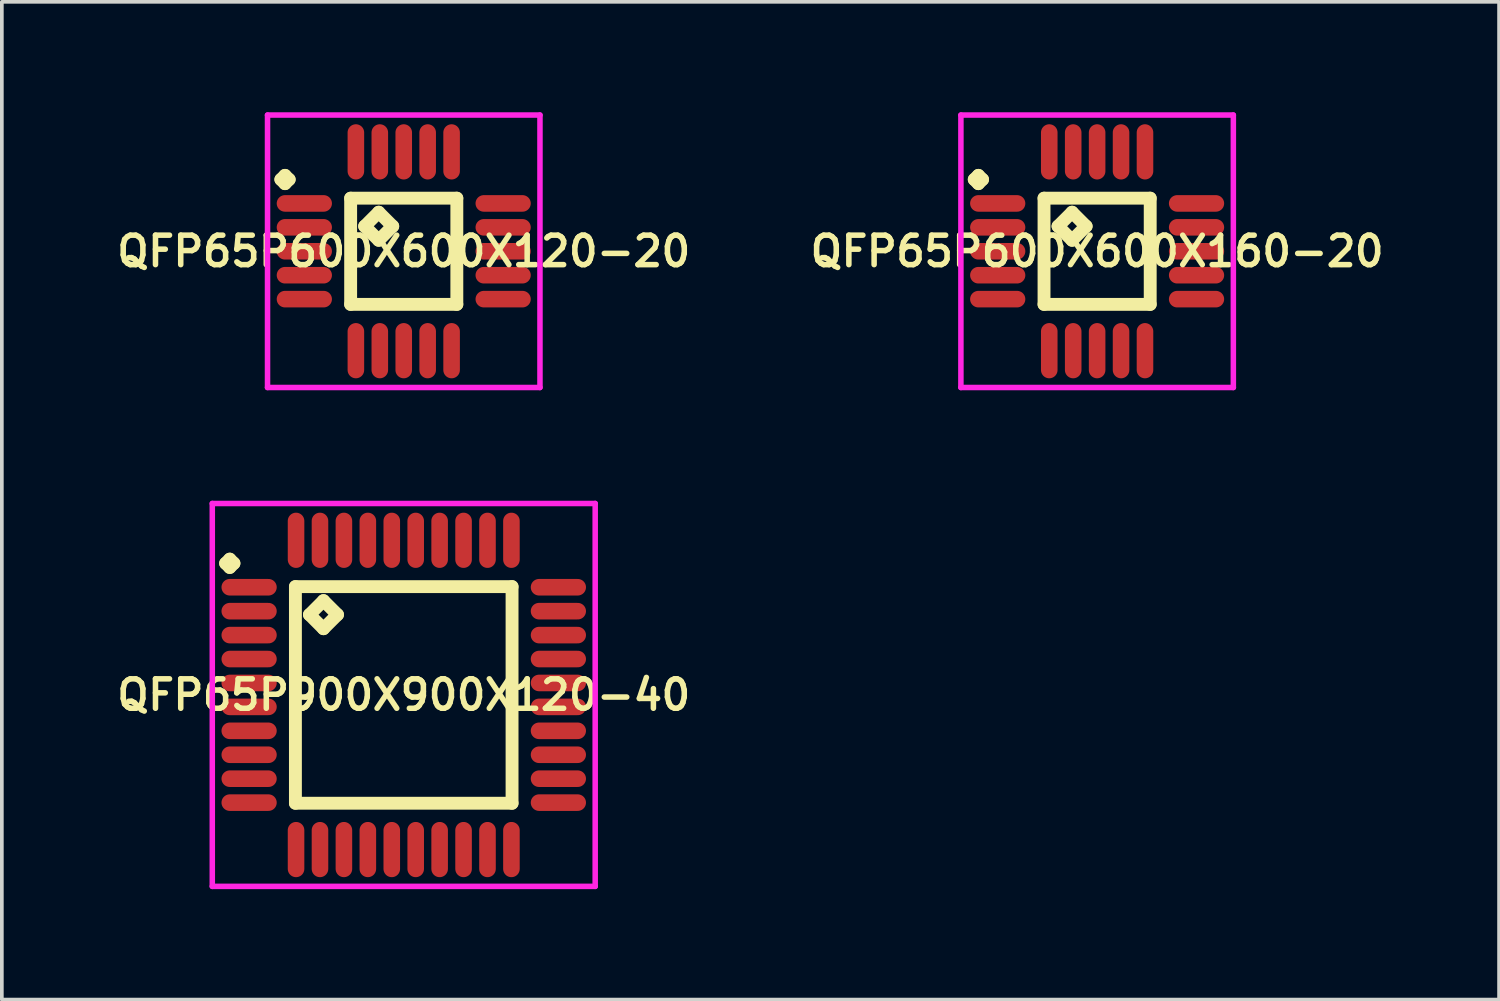
<source format=kicad_pcb>
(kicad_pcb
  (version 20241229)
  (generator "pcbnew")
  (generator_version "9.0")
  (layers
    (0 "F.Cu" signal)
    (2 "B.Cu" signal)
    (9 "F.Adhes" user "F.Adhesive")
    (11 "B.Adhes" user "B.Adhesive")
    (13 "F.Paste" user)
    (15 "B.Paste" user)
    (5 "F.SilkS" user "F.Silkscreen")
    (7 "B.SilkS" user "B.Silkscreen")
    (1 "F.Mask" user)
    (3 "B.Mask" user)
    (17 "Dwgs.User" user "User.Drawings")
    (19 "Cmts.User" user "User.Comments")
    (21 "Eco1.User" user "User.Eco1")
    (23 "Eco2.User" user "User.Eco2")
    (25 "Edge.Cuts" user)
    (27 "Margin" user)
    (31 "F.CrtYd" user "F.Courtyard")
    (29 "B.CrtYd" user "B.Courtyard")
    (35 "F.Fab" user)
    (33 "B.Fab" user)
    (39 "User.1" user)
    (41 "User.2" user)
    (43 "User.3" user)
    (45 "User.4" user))
  (footprint "QFP65P600X600X160-20"
    (layer "F.Cu")
    (at 26.749 3.775)
    (property "Reference" "QFP65P600X600X160-20" (at 0 0 0) (layer "F.SilkS") (effects (font (size 0.8 0.8) (thickness 0.15))))
    (attr smd)
    (fp_line (start -3.337 -1.95) (end -3.225 -2.062) (stroke (width 0.35) (type solid)) (layer "F.SilkS"))
    (fp_line (start -3.225 -2.062) (end -3.112 -1.95) (stroke (width 0.35) (type solid)) (layer "F.SilkS"))
    (fp_line (start -3.225 -1.837) (end -3.337 -1.95) (stroke (width 0.35) (type solid)) (layer "F.SilkS"))
    (fp_line (start -3.112 -1.95) (end -3.225 -1.837) (stroke (width 0.35) (type solid)) (layer "F.SilkS"))
    (fp_line (start -1.442 -1.442) (end -1.442 1.442) (stroke (width 0.35) (type solid)) (layer "F.SilkS"))
    (fp_line (start -1.442 1.442) (end 1.442 1.442) (stroke (width 0.35) (type solid)) (layer "F.SilkS"))
    (fp_line (start -1.061 -0.68) (end -0.68 -1.061) (stroke (width 0.35) (type solid)) (layer "F.SilkS"))
    (fp_line (start -0.68 -1.061) (end -0.299 -0.68) (stroke (width 0.35) (type solid)) (layer "F.SilkS"))
    (fp_line (start -0.68 -0.299) (end -1.061 -0.68) (stroke (width 0.35) (type solid)) (layer "F.SilkS"))
    (fp_line (start -0.299 -0.68) (end -0.68 -0.299) (stroke (width 0.35) (type solid)) (layer "F.SilkS"))
    (fp_line (start 1.442 -1.442) (end -1.442 -1.442) (stroke (width 0.35) (type solid)) (layer "F.SilkS"))
    (fp_line (start 1.442 1.442) (end 1.442 -1.442) (stroke (width 0.35) (type solid)) (layer "F.SilkS"))
    (fp_line (start -3.7 -3.7) (end 3.7 -3.7) (stroke (width 0.15) (type solid)) (layer "F.CrtYd"))
    (fp_line (start -3.7 3.7) (end -3.7 -3.7) (stroke (width 0.15) (type solid)) (layer "F.CrtYd"))
    (fp_line (start 3.7 -3.7) (end 3.7 3.7) (stroke (width 0.15) (type solid)) (layer "F.CrtYd"))
    (fp_line (start 3.7 3.7) (end -3.7 3.7) (stroke (width 0.15) (type solid)) (layer "F.CrtYd"))
    (pad "1" smd oval (at -2.7 -1.3) (size 1.5 0.45) (layers "F.Cu" "F.Mask" "F.Paste"))
    (pad "2" smd oval (at -2.7 -0.65) (size 1.5 0.45) (layers "F.Cu" "F.Mask" "F.Paste"))
    (pad "3" smd oval (at -2.7 0) (size 1.5 0.45) (layers "F.Cu" "F.Mask" "F.Paste"))
    (pad "4" smd oval (at -2.7 0.65) (size 1.5 0.45) (layers "F.Cu" "F.Mask" "F.Paste"))
    (pad "5" smd oval (at -2.7 1.3) (size 1.5 0.45) (layers "F.Cu" "F.Mask" "F.Paste"))
    (pad "6" smd oval (at -1.3 2.7) (size 0.45 1.5) (layers "F.Cu" "F.Mask" "F.Paste"))
    (pad "7" smd oval (at -0.65 2.7) (size 0.45 1.5) (layers "F.Cu" "F.Mask" "F.Paste"))
    (pad "8" smd oval (at 0 2.7) (size 0.45 1.5) (layers "F.Cu" "F.Mask" "F.Paste"))
    (pad "9" smd oval (at 0.65 2.7) (size 0.45 1.5) (layers "F.Cu" "F.Mask" "F.Paste"))
    (pad "10" smd oval (at 1.3 2.7) (size 0.45 1.5) (layers "F.Cu" "F.Mask" "F.Paste"))
    (pad "11" smd oval (at 2.7 1.3) (size 1.5 0.45) (layers "F.Cu" "F.Mask" "F.Paste"))
    (pad "12" smd oval (at 2.7 0.65) (size 1.5 0.45) (layers "F.Cu" "F.Mask" "F.Paste"))
    (pad "13" smd oval (at 2.7 0) (size 1.5 0.45) (layers "F.Cu" "F.Mask" "F.Paste"))
    (pad "14" smd oval (at 2.7 -0.65) (size 1.5 0.45) (layers "F.Cu" "F.Mask" "F.Paste"))
    (pad "15" smd oval (at 2.7 -1.3) (size 1.5 0.45) (layers "F.Cu" "F.Mask" "F.Paste"))
    (pad "16" smd oval (at 1.3 -2.7) (size 0.45 1.5) (layers "F.Cu" "F.Mask" "F.Paste"))
    (pad "17" smd oval (at 0.65 -2.7) (size 0.45 1.5) (layers "F.Cu" "F.Mask" "F.Paste"))
    (pad "18" smd oval (at 0 -2.7) (size 0.45 1.5) (layers "F.Cu" "F.Mask" "F.Paste"))
    (pad "19" smd oval (at -0.65 -2.7) (size 0.45 1.5) (layers "F.Cu" "F.Mask" "F.Paste"))
    (pad "20" smd oval (at -1.3 -2.7) (size 0.45 1.5) (layers "F.Cu" "F.Mask" "F.Paste")))
  (footprint "QFP65P600X600X120-20"
    (layer "F.Cu")
    (at 7.916 3.775)
    (property "Reference" "QFP65P600X600X120-20" (at 0 0 0) (layer "F.SilkS") (effects (font (size 0.8 0.8) (thickness 0.15))))
    (attr smd)
    (fp_line (start -3.337 -1.95) (end -3.225 -2.062) (stroke (width 0.35) (type solid)) (layer "F.SilkS"))
    (fp_line (start -3.225 -2.062) (end -3.112 -1.95) (stroke (width 0.35) (type solid)) (layer "F.SilkS"))
    (fp_line (start -3.225 -1.837) (end -3.337 -1.95) (stroke (width 0.35) (type solid)) (layer "F.SilkS"))
    (fp_line (start -3.112 -1.95) (end -3.225 -1.837) (stroke (width 0.35) (type solid)) (layer "F.SilkS"))
    (fp_line (start -1.442 -1.442) (end -1.442 1.442) (stroke (width 0.35) (type solid)) (layer "F.SilkS"))
    (fp_line (start -1.442 1.442) (end 1.442 1.442) (stroke (width 0.35) (type solid)) (layer "F.SilkS"))
    (fp_line (start -1.061 -0.68) (end -0.68 -1.061) (stroke (width 0.35) (type solid)) (layer "F.SilkS"))
    (fp_line (start -0.68 -1.061) (end -0.299 -0.68) (stroke (width 0.35) (type solid)) (layer "F.SilkS"))
    (fp_line (start -0.68 -0.299) (end -1.061 -0.68) (stroke (width 0.35) (type solid)) (layer "F.SilkS"))
    (fp_line (start -0.299 -0.68) (end -0.68 -0.299) (stroke (width 0.35) (type solid)) (layer "F.SilkS"))
    (fp_line (start 1.442 -1.442) (end -1.442 -1.442) (stroke (width 0.35) (type solid)) (layer "F.SilkS"))
    (fp_line (start 1.442 1.442) (end 1.442 -1.442) (stroke (width 0.35) (type solid)) (layer "F.SilkS"))
    (fp_line (start -3.7 -3.7) (end 3.7 -3.7) (stroke (width 0.15) (type solid)) (layer "F.CrtYd"))
    (fp_line (start -3.7 3.7) (end -3.7 -3.7) (stroke (width 0.15) (type solid)) (layer "F.CrtYd"))
    (fp_line (start 3.7 -3.7) (end 3.7 3.7) (stroke (width 0.15) (type solid)) (layer "F.CrtYd"))
    (fp_line (start 3.7 3.7) (end -3.7 3.7) (stroke (width 0.15) (type solid)) (layer "F.CrtYd"))
    (pad "1" smd oval (at -2.7 -1.3) (size 1.5 0.45) (layers "F.Cu" "F.Mask" "F.Paste"))
    (pad "2" smd oval (at -2.7 -0.65) (size 1.5 0.45) (layers "F.Cu" "F.Mask" "F.Paste"))
    (pad "3" smd oval (at -2.7 0) (size 1.5 0.45) (layers "F.Cu" "F.Mask" "F.Paste"))
    (pad "4" smd oval (at -2.7 0.65) (size 1.5 0.45) (layers "F.Cu" "F.Mask" "F.Paste"))
    (pad "5" smd oval (at -2.7 1.3) (size 1.5 0.45) (layers "F.Cu" "F.Mask" "F.Paste"))
    (pad "6" smd oval (at -1.3 2.7) (size 0.45 1.5) (layers "F.Cu" "F.Mask" "F.Paste"))
    (pad "7" smd oval (at -0.65 2.7) (size 0.45 1.5) (layers "F.Cu" "F.Mask" "F.Paste"))
    (pad "8" smd oval (at 0 2.7) (size 0.45 1.5) (layers "F.Cu" "F.Mask" "F.Paste"))
    (pad "9" smd oval (at 0.65 2.7) (size 0.45 1.5) (layers "F.Cu" "F.Mask" "F.Paste"))
    (pad "10" smd oval (at 1.3 2.7) (size 0.45 1.5) (layers "F.Cu" "F.Mask" "F.Paste"))
    (pad "11" smd oval (at 2.7 1.3) (size 1.5 0.45) (layers "F.Cu" "F.Mask" "F.Paste"))
    (pad "12" smd oval (at 2.7 0.65) (size 1.5 0.45) (layers "F.Cu" "F.Mask" "F.Paste"))
    (pad "13" smd oval (at 2.7 0) (size 1.5 0.45) (layers "F.Cu" "F.Mask" "F.Paste"))
    (pad "14" smd oval (at 2.7 -0.65) (size 1.5 0.45) (layers "F.Cu" "F.Mask" "F.Paste"))
    (pad "15" smd oval (at 2.7 -1.3) (size 1.5 0.45) (layers "F.Cu" "F.Mask" "F.Paste"))
    (pad "16" smd oval (at 1.3 -2.7) (size 0.45 1.5) (layers "F.Cu" "F.Mask" "F.Paste"))
    (pad "17" smd oval (at 0.65 -2.7) (size 0.45 1.5) (layers "F.Cu" "F.Mask" "F.Paste"))
    (pad "18" smd oval (at 0 -2.7) (size 0.45 1.5) (layers "F.Cu" "F.Mask" "F.Paste"))
    (pad "19" smd oval (at -0.65 -2.7) (size 0.45 1.5) (layers "F.Cu" "F.Mask" "F.Paste"))
    (pad "20" smd oval (at -1.3 -2.7) (size 0.45 1.5) (layers "F.Cu" "F.Mask" "F.Paste")))
  (footprint "QFP65P900X900X120-40"
    (layer "F.Cu")
    (at 7.916 15.825)
    (property "Reference" "QFP65P900X900X120-40" (at 0 0 0) (layer "F.SilkS") (effects (font (size 0.8 0.8) (thickness 0.15))))
    (attr through_hole)
    (fp_line (start -4.838 -3.575) (end -4.725 -3.688) (stroke (width 0.35) (type solid)) (layer "F.SilkS"))
    (fp_line (start -4.725 -3.688) (end -4.612 -3.575) (stroke (width 0.35) (type solid)) (layer "F.SilkS"))
    (fp_line (start -4.725 -3.462) (end -4.838 -3.575) (stroke (width 0.35) (type solid)) (layer "F.SilkS"))
    (fp_line (start -4.612 -3.575) (end -4.725 -3.462) (stroke (width 0.35) (type solid)) (layer "F.SilkS"))
    (fp_line (start -2.942 -2.942) (end -2.942 2.942) (stroke (width 0.35) (type solid)) (layer "F.SilkS"))
    (fp_line (start -2.942 2.942) (end 2.942 2.942) (stroke (width 0.35) (type solid)) (layer "F.SilkS"))
    (fp_line (start -2.561 -2.18) (end -2.18 -2.561) (stroke (width 0.35) (type solid)) (layer "F.SilkS"))
    (fp_line (start -2.18 -2.561) (end -1.799 -2.18) (stroke (width 0.35) (type solid)) (layer "F.SilkS"))
    (fp_line (start -2.18 -1.799) (end -2.561 -2.18) (stroke (width 0.35) (type solid)) (layer "F.SilkS"))
    (fp_line (start -1.799 -2.18) (end -2.18 -1.799) (stroke (width 0.35) (type solid)) (layer "F.SilkS"))
    (fp_line (start 2.942 -2.942) (end -2.942 -2.942) (stroke (width 0.35) (type solid)) (layer "F.SilkS"))
    (fp_line (start 2.942 2.942) (end 2.942 -2.942) (stroke (width 0.35) (type solid)) (layer "F.SilkS"))
    (fp_line (start -5.2 -5.2) (end 5.2 -5.2) (stroke (width 0.15) (type solid)) (layer "F.CrtYd"))
    (fp_line (start -5.2 5.2) (end -5.2 -5.2) (stroke (width 0.15) (type solid)) (layer "F.CrtYd"))
    (fp_line (start 5.2 -5.2) (end 5.2 5.2) (stroke (width 0.15) (type solid)) (layer "F.CrtYd"))
    (fp_line (start 5.2 5.2) (end -5.2 5.2) (stroke (width 0.15) (type solid)) (layer "F.CrtYd"))
    (pad "1" smd oval (at -4.2 -2.925) (size 1.5 0.45) (layers "F.Cu" "F.Mask" "F.Paste"))
    (pad "2" smd oval (at -4.2 -2.275) (size 1.5 0.45) (layers "F.Cu" "F.Mask" "F.Paste"))
    (pad "3" smd oval (at -4.2 -1.625) (size 1.5 0.45) (layers "F.Cu" "F.Mask" "F.Paste"))
    (pad "4" smd oval (at -4.2 -0.975) (size 1.5 0.45) (layers "F.Cu" "F.Mask" "F.Paste"))
    (pad "5" smd oval (at -4.2 -0.325) (size 1.5 0.45) (layers "F.Cu" "F.Mask" "F.Paste"))
    (pad "6" smd oval (at -4.2 0.325) (size 1.5 0.45) (layers "F.Cu" "F.Mask" "F.Paste"))
    (pad "7" smd oval (at -4.2 0.975) (size 1.5 0.45) (layers "F.Cu" "F.Mask" "F.Paste"))
    (pad "8" smd oval (at -4.2 1.625) (size 1.5 0.45) (layers "F.Cu" "F.Mask" "F.Paste"))
    (pad "9" smd oval (at -4.2 2.275) (size 1.5 0.45) (layers "F.Cu" "F.Mask" "F.Paste"))
    (pad "10" smd oval (at -4.2 2.925) (size 1.5 0.45) (layers "F.Cu" "F.Mask" "F.Paste"))
    (pad "11" smd oval (at -2.925 4.2) (size 0.45 1.5) (layers "F.Cu" "F.Mask" "F.Paste"))
    (pad "12" smd oval (at -2.275 4.2) (size 0.45 1.5) (layers "F.Cu" "F.Mask" "F.Paste"))
    (pad "13" smd oval (at -1.625 4.2) (size 0.45 1.5) (layers "F.Cu" "F.Mask" "F.Paste"))
    (pad "14" smd oval (at -0.975 4.2) (size 0.45 1.5) (layers "F.Cu" "F.Mask" "F.Paste"))
    (pad "15" smd oval (at -0.325 4.2) (size 0.45 1.5) (layers "F.Cu" "F.Mask" "F.Paste"))
    (pad "16" smd oval (at 0.325 4.2) (size 0.45 1.5) (layers "F.Cu" "F.Mask" "F.Paste"))
    (pad "17" smd oval (at 0.975 4.2) (size 0.45 1.5) (layers "F.Cu" "F.Mask" "F.Paste"))
    (pad "18" smd oval (at 1.625 4.2) (size 0.45 1.5) (layers "F.Cu" "F.Mask" "F.Paste"))
    (pad "19" smd oval (at 2.275 4.2) (size 0.45 1.5) (layers "F.Cu" "F.Mask" "F.Paste"))
    (pad "20" smd oval (at 2.925 4.2) (size 0.45 1.5) (layers "F.Cu" "F.Mask" "F.Paste"))
    (pad "21" smd oval (at 4.2 2.925) (size 1.5 0.45) (layers "F.Cu" "F.Mask" "F.Paste"))
    (pad "22" smd oval (at 4.2 2.275) (size 1.5 0.45) (layers "F.Cu" "F.Mask" "F.Paste"))
    (pad "23" smd oval (at 4.2 1.625) (size 1.5 0.45) (layers "F.Cu" "F.Mask" "F.Paste"))
    (pad "24" smd oval (at 4.2 0.975) (size 1.5 0.45) (layers "F.Cu" "F.Mask" "F.Paste"))
    (pad "25" smd oval (at 4.2 0.325) (size 1.5 0.45) (layers "F.Cu" "F.Mask" "F.Paste"))
    (pad "26" smd oval (at 4.2 -0.325) (size 1.5 0.45) (layers "F.Cu" "F.Mask" "F.Paste"))
    (pad "27" smd oval (at 4.2 -0.975) (size 1.5 0.45) (layers "F.Cu" "F.Mask" "F.Paste"))
    (pad "28" smd oval (at 4.2 -1.625) (size 1.5 0.45) (layers "F.Cu" "F.Mask" "F.Paste"))
    (pad "29" smd oval (at 4.2 -2.275) (size 1.5 0.45) (layers "F.Cu" "F.Mask" "F.Paste"))
    (pad "30" smd oval (at 4.2 -2.925) (size 1.5 0.45) (layers "F.Cu" "F.Mask" "F.Paste"))
    (pad "31" smd oval (at 2.925 -4.2) (size 0.45 1.5) (layers "F.Cu" "F.Mask" "F.Paste"))
    (pad "32" smd oval (at 2.275 -4.2) (size 0.45 1.5) (layers "F.Cu" "F.Mask" "F.Paste"))
    (pad "33" smd oval (at 1.625 -4.2) (size 0.45 1.5) (layers "F.Cu" "F.Mask" "F.Paste"))
    (pad "34" smd oval (at 0.975 -4.2) (size 0.45 1.5) (layers "F.Cu" "F.Mask" "F.Paste"))
    (pad "35" smd oval (at 0.325 -4.2) (size 0.45 1.5) (layers "F.Cu" "F.Mask" "F.Paste"))
    (pad "36" smd oval (at -0.325 -4.2) (size 0.45 1.5) (layers "F.Cu" "F.Mask" "F.Paste"))
    (pad "37" smd oval (at -0.975 -4.2) (size 0.45 1.5) (layers "F.Cu" "F.Mask" "F.Paste"))
    (pad "38" smd oval (at -1.625 -4.2) (size 0.45 1.5) (layers "F.Cu" "F.Mask" "F.Paste"))
    (pad "39" smd oval (at -2.275 -4.2) (size 0.45 1.5) (layers "F.Cu" "F.Mask" "F.Paste"))
    (pad "40" smd oval (at -2.925 -4.2) (size 0.45 1.5) (layers "F.Cu" "F.Mask" "F.Paste")))
  (gr_rect
    (start -3 -3)
    (end 37.666 24.1)
    (stroke (width 0.1) (type default))
    (fill no)
    (layer "Edge.Cuts")))
</source>
